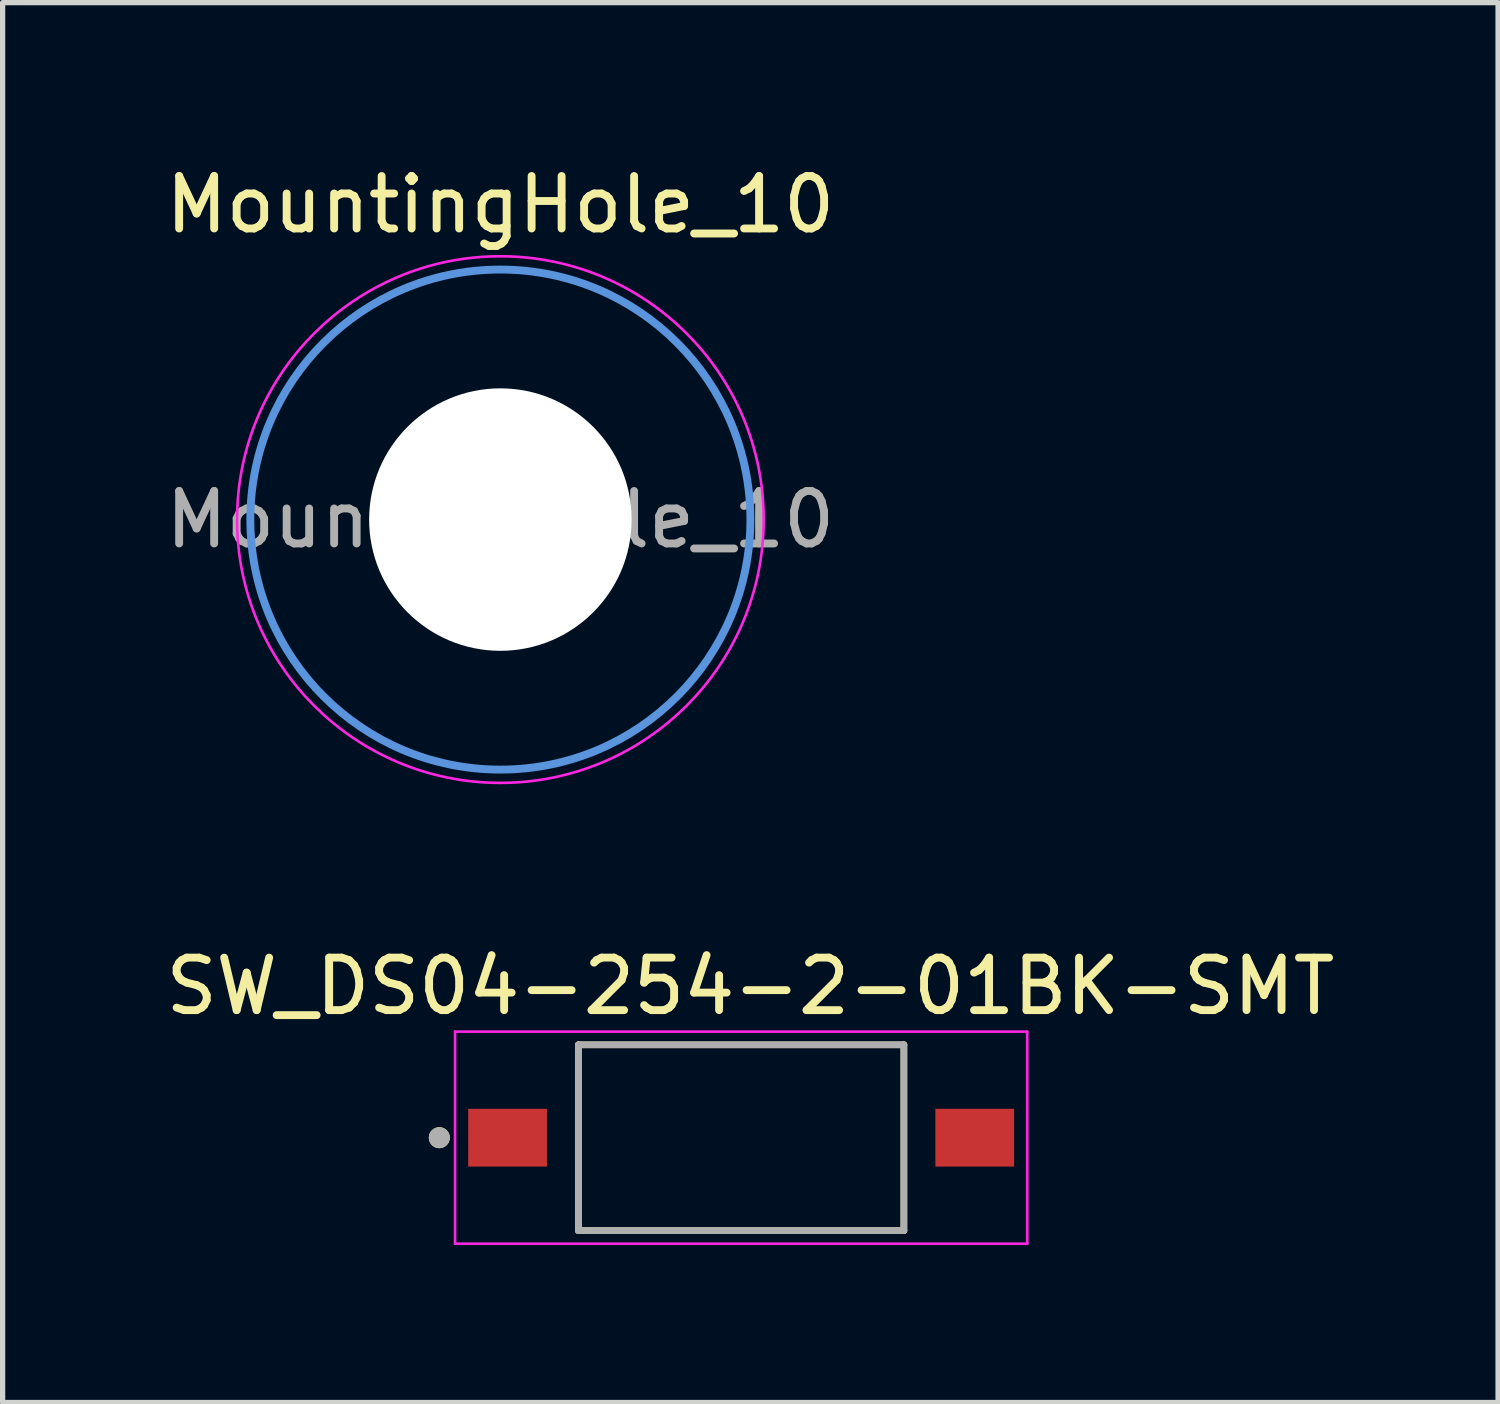
<source format=kicad_pcb>
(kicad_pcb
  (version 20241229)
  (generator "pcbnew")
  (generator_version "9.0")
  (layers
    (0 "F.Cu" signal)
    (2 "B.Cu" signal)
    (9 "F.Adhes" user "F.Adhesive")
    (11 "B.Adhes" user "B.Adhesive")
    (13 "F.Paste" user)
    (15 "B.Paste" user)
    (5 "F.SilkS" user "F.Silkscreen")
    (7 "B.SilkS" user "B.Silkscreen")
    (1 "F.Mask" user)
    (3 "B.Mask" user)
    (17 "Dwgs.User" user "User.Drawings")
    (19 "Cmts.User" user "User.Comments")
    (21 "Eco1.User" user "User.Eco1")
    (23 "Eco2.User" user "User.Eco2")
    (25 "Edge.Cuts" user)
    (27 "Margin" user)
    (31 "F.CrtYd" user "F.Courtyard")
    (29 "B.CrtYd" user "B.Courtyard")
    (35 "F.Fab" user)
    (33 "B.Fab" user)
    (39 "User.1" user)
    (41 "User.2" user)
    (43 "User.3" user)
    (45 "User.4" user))
  (footprint "SW_DS04-254-2-01BK-SMT"
    (layer "F.Cu")
    (at 11.069 18.623)
    (property "Reference" "SW_DS04-254-2-01BK-SMT" (at 0.175 -2.885 0) (layer "F.SilkS") (effects (font (size 1 1) (thickness 0.15))))
    (attr smd)
    (fp_line (start -3.1 -1.77) (end 3.1 -1.77) (stroke (width 0.127) (type solid)) (layer "F.SilkS"))
    (fp_line (start -3.1 1.77) (end -3.1 -1.77) (stroke (width 0.127) (type solid)) (layer "F.SilkS"))
    (fp_line (start 3.1 -1.77) (end 3.1 1.77) (stroke (width 0.127) (type solid)) (layer "F.SilkS"))
    (fp_line (start 3.1 1.77) (end -3.1 1.77) (stroke (width 0.127) (type solid)) (layer "F.SilkS"))
    (fp_circle (center -5.75 0) (end -5.65 0) (stroke (width 0.2) (type solid)) (fill no) (layer "F.SilkS"))
    (fp_line (start -5.45 -2.02) (end -5.45 2.02) (stroke (width 0.05) (type solid)) (layer "F.CrtYd"))
    (fp_line (start -5.45 2.02) (end 5.45 2.02) (stroke (width 0.05) (type solid)) (layer "F.CrtYd"))
    (fp_line (start 5.45 -2.02) (end -5.45 -2.02) (stroke (width 0.05) (type solid)) (layer "F.CrtYd"))
    (fp_line (start 5.45 2.02) (end 5.45 -2.02) (stroke (width 0.05) (type solid)) (layer "F.CrtYd"))
    (fp_line (start -3.1 -1.77) (end 3.1 -1.77) (stroke (width 0.127) (type solid)) (layer "F.Fab"))
    (fp_line (start -3.1 1.77) (end -3.1 -1.77) (stroke (width 0.127) (type solid)) (layer "F.Fab"))
    (fp_line (start 3.1 -1.77) (end 3.1 1.77) (stroke (width 0.127) (type solid)) (layer "F.Fab"))
    (fp_line (start 3.1 1.77) (end -3.1 1.77) (stroke (width 0.127) (type solid)) (layer "F.Fab"))
    (fp_circle (center -5.75 0) (end -5.65 0) (stroke (width 0.2) (type solid)) (fill no) (layer "F.Fab"))
    (pad "1" smd rect (at -4.45 0) (size 1.5 1.1) (layers "F.Cu" "F.Mask" "F.Paste"))
    (pad "2" smd rect (at 4.45 0) (size 1.5 1.1) (layers "F.Cu" "F.Mask" "F.Paste")))
  (footprint "MountingHole_10"
    (layer "F.Cu")
    (at 6.482 6.848)
    (property "Reference" "MountingHole_10" (at 0 -6 0) (layer "F.SilkS") (effects (font (size 1 1) (thickness 0.15))))
    (attr exclude_from_pos_files exclude_from_bom)
    (fp_circle (center 0 0) (end 4.763 0) (stroke (width 0.15) (type solid)) (fill no) (layer "Cmts.User"))
    (fp_circle (center 0 0) (end 5.016 0) (stroke (width 0.05) (type solid)) (fill no) (layer "F.CrtYd"))
    (fp_text user "${REFERENCE}" (at 0 0 0) (layer "F.Fab") (effects (font (size 1 1) (thickness 0.15))))
    (pad "" np_thru_hole circle (at 0 0) (size 5 5) (drill 5) (layers "*.Cu" "*.Mask")))
  (gr_rect
    (start -3 -3)
    (end 25.488 23.668)
    (stroke (width 0.1) (type default))
    (fill no)
    (layer "Edge.Cuts")))
</source>
